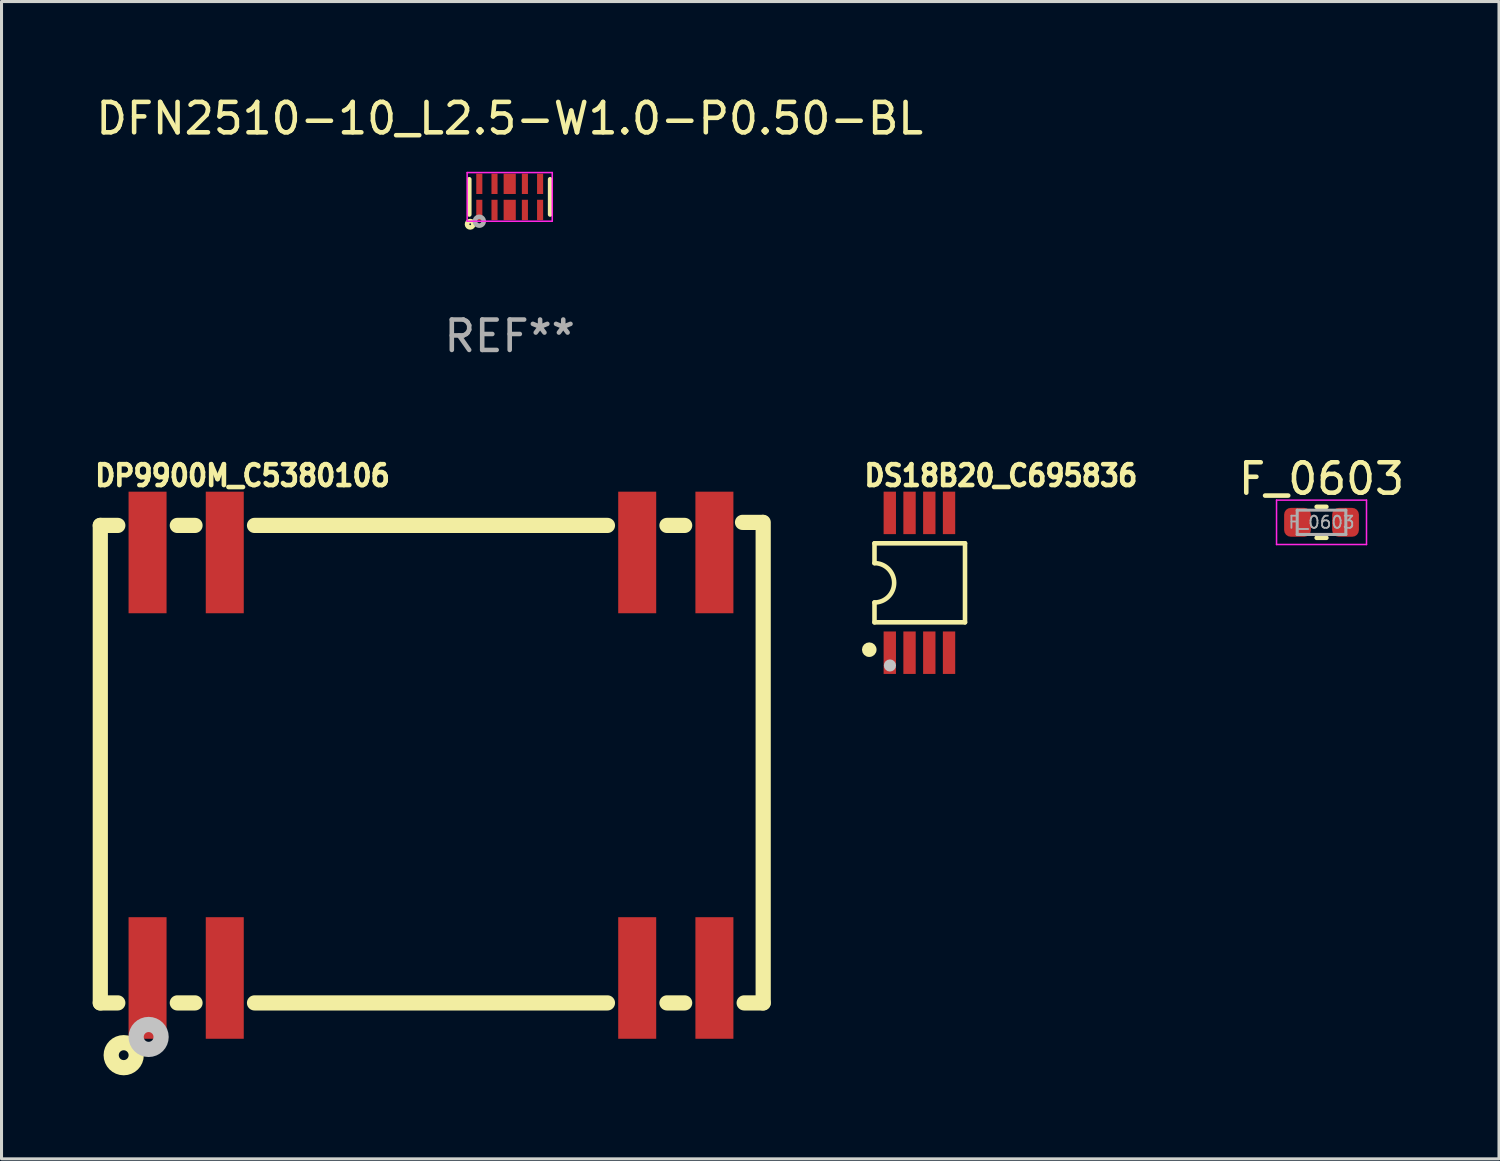
<source format=kicad_pcb>
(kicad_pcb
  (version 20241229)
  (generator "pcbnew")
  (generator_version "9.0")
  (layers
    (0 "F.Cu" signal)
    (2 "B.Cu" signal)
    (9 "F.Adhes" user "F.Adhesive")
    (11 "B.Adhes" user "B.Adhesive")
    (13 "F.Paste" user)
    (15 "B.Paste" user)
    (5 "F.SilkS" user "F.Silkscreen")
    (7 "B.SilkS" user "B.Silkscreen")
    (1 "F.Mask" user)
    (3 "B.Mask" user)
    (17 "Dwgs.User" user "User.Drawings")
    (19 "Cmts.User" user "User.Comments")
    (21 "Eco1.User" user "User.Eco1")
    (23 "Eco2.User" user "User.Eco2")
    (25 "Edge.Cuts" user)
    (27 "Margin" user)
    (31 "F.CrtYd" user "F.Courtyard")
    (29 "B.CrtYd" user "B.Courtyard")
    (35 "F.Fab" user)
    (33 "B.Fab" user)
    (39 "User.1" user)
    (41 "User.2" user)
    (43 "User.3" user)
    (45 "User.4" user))
  (footprint "F_0603"
    (layer "F.Cu")
    (at 40.43 14.135)
    (property "Reference" "F_0603" (at 0 -1.43 0) (layer "F.SilkS") (effects (font (size 1 1) (thickness 0.15))))
    (attr smd)
    (fp_line (start -0.16 -0.51) (end 0.16 -0.51) (stroke (width 0.15) (type solid)) (layer "F.SilkS"))
    (fp_line (start -0.16 0.51) (end 0.16 0.51) (stroke (width 0.15) (type solid)) (layer "F.SilkS"))
    (fp_line (start -1.48 -0.73) (end 1.48 -0.73) (stroke (width 0.05) (type solid)) (layer "F.CrtYd"))
    (fp_line (start -1.48 0.73) (end -1.48 -0.73) (stroke (width 0.05) (type solid)) (layer "F.CrtYd"))
    (fp_line (start 1.48 -0.73) (end 1.48 0.73) (stroke (width 0.05) (type solid)) (layer "F.CrtYd"))
    (fp_line (start 1.48 0.73) (end -1.48 0.73) (stroke (width 0.05) (type solid)) (layer "F.CrtYd"))
    (fp_line (start -0.8 -0.4) (end 0.8 -0.4) (stroke (width 0.1) (type solid)) (layer "F.Fab"))
    (fp_line (start -0.8 0.4) (end -0.8 -0.4) (stroke (width 0.1) (type solid)) (layer "F.Fab"))
    (fp_line (start 0.8 -0.4) (end 0.8 0.4) (stroke (width 0.1) (type solid)) (layer "F.Fab"))
    (fp_line (start 0.8 0.4) (end -0.8 0.4) (stroke (width 0.1) (type solid)) (layer "F.Fab"))
    (fp_text user "${REFERENCE}" (at 0 0 0) (layer "F.Fab") (effects (font (size 0.4 0.4) (thickness 0.06))))
    (pad "1" smd roundrect (at -0.79 0) (size 0.88 0.95) (layers "F.Cu" "F.Mask" "F.Paste") (roundrect_rratio 0.25))
    (pad "2" smd roundrect (at 0.79 0) (size 0.88 0.95) (layers "F.Cu" "F.Mask" "F.Paste") (roundrect_rratio 0.25)))
  (footprint "DP9900M_C5380106"
    (layer "F.Cu")
    (at 11.13 22.127)
    (property "Reference" "DP9900M_C5380106" (at -11.13 -9.127 0) (layer "F.SilkS") (effects (font (size 0.686 0.628) (thickness 0.152)) (justify left bottom)))
    (fp_line (start -10.88 -7.89) (end -10.304 -7.89) (stroke (width 0.5) (type default)) (layer "F.SilkS"))
    (fp_line (start -10.88 7.82) (end -10.88 -7.89) (stroke (width 0.5) (type default)) (layer "F.SilkS"))
    (fp_line (start -10.304 7.82) (end -10.88 7.82) (stroke (width 0.5) (type default)) (layer "F.SilkS"))
    (fp_line (start -8.346 -7.89) (end -7.764 -7.89) (stroke (width 0.5) (type default)) (layer "F.SilkS"))
    (fp_line (start -7.764 7.82) (end -8.346 7.82) (stroke (width 0.5) (type default)) (layer "F.SilkS"))
    (fp_line (start -5.806 -7.89) (end 5.806 -7.89) (stroke (width 0.5) (type default)) (layer "F.SilkS"))
    (fp_line (start 5.806 7.82) (end -5.806 7.82) (stroke (width 0.5) (type default)) (layer "F.SilkS"))
    (fp_line (start 7.764 -7.89) (end 8.346 -7.89) (stroke (width 0.5) (type default)) (layer "F.SilkS"))
    (fp_line (start 8.346 7.82) (end 7.764 7.82) (stroke (width 0.5) (type default)) (layer "F.SilkS"))
    (fp_line (start 10.25 -7.99) (end 10.906 -7.99) (stroke (width 0.5) (type default)) (layer "F.SilkS"))
    (fp_line (start 10.93 -7.99) (end 10.93 7.82) (stroke (width 0.5) (type default)) (layer "F.SilkS"))
    (fp_line (start 10.93 7.82) (end 10.304 7.82) (stroke (width 0.5) (type default)) (layer "F.SilkS"))
    (fp_circle (center -10.11 9.54) (end -9.948 9.54) (stroke (width 0.5) (type default)) (fill no) (layer "F.SilkS"))
    (fp_circle (center -9.29 8.94) (end -9.129 8.94) (stroke (width 0.5) (type default)) (fill no) (layer "Dwgs.User"))
    (fp_poly (pts (xy -9.575 -8.385) (xy -9.075 -8.385) (xy -9.075 -5.615) (xy -9.575 -5.615)) (stroke (width 0.1) (type default)) (fill no) (layer "User.1"))
    (fp_poly (pts (xy -9.575 5.615) (xy -9.075 5.615) (xy -9.075 8.385) (xy -9.575 8.385)) (stroke (width 0.1) (type default)) (fill no) (layer "User.1"))
    (fp_poly (pts (xy -7.035 -8.385) (xy -6.535 -8.385) (xy -6.535 -5.615) (xy -7.035 -5.615)) (stroke (width 0.1) (type default)) (fill no) (layer "User.1"))
    (fp_poly (pts (xy -7.035 5.615) (xy -6.535 5.615) (xy -6.535 8.385) (xy -7.035 8.385)) (stroke (width 0.1) (type default)) (fill no) (layer "User.1"))
    (fp_poly (pts (xy 6.535 -8.385) (xy 7.035 -8.385) (xy 7.035 -5.615) (xy 6.535 -5.615)) (stroke (width 0.1) (type default)) (fill no) (layer "User.1"))
    (fp_poly (pts (xy 6.535 5.615) (xy 7.035 5.615) (xy 7.035 8.385) (xy 6.535 8.385)) (stroke (width 0.1) (type default)) (fill no) (layer "User.1"))
    (fp_poly (pts (xy 9.075 -8.385) (xy 9.575 -8.385) (xy 9.575 -5.615) (xy 9.075 -5.615)) (stroke (width 0.1) (type default)) (fill no) (layer "User.1"))
    (fp_poly (pts (xy 9.075 5.615) (xy 9.575 5.615) (xy 9.575 8.385) (xy 9.075 8.385)) (stroke (width 0.1) (type default)) (fill no) (layer "User.1"))
    (fp_line (start -10.595 -7.5) (end 10.595 -7.5) (stroke (width 0.051) (type default)) (layer "User.2"))
    (fp_line (start -10.595 7.5) (end -10.595 -7.5) (stroke (width 0.051) (type default)) (layer "User.2"))
    (fp_line (start 10.595 -7.5) (end 10.595 7.5) (stroke (width 0.051) (type default)) (layer "User.2"))
    (fp_line (start 10.595 7.5) (end -10.595 7.5) (stroke (width 0.051) (type default)) (layer "User.2"))
    (fp_poly (pts (xy -10.535 8.385) (xy -10.553 8.343) (xy -10.595 8.325) (xy -10.637 8.343) (xy -10.655 8.385) (xy -10.637 8.427) (xy -10.595 8.445) (xy -10.553 8.427)) (stroke (width 0.1) (type default)) (fill no) (layer "User.3"))
    (pad "1" smd rect (at -9.325 7) (size 1.25 4) (layers "F.Cu" "F.Mask" "F.Paste"))
    (pad "2" smd rect (at -6.785 7) (size 1.25 4) (layers "F.Cu" "F.Mask" "F.Paste"))
    (pad "3" smd rect (at 6.785 7) (size 1.25 4) (layers "F.Cu" "F.Mask" "F.Paste"))
    (pad "4" smd rect (at 9.325 7) (size 1.25 4) (layers "F.Cu" "F.Mask" "F.Paste"))
    (pad "5" smd rect (at 9.325 -7) (size 1.25 4) (layers "F.Cu" "F.Mask" "F.Paste"))
    (pad "6" smd rect (at 6.785 -7) (size 1.25 4) (layers "F.Cu" "F.Mask" "F.Paste"))
    (pad "7" smd rect (at -6.785 -7) (size 1.25 4) (layers "F.Cu" "F.Mask" "F.Paste"))
    (pad "8" smd rect (at -9.325 -7) (size 1.25 4) (layers "F.Cu" "F.Mask" "F.Paste")))
  (footprint "DS18B20_C695836"
    (layer "F.Cu")
    (at 27.2 16.125)
    (property "Reference" "DS18B20_C695836" (at -1.89 -3.126 0) (layer "F.SilkS") (effects (font (size 0.686 0.628) (thickness 0.152)) (justify left bottom)))
    (fp_line (start -1.478 -1.3) (end -1.478 -0.647) (stroke (width 0.15) (type default)) (layer "F.SilkS"))
    (fp_line (start -1.478 0.647) (end -1.478 1.3) (stroke (width 0.15) (type default)) (layer "F.SilkS"))
    (fp_line (start -1.478 1.3) (end 1.5 1.3) (stroke (width 0.15) (type default)) (layer "F.SilkS"))
    (fp_line (start 1.5 -1.3) (end -1.478 -1.3) (stroke (width 0.15) (type default)) (layer "F.SilkS"))
    (fp_line (start 1.5 1.3) (end 1.5 -1.3) (stroke (width 0.15) (type default)) (layer "F.SilkS"))
    (fp_arc (start -1.4785 -0.6475) (mid -0.831 0) (end -1.4785 0.6475) (stroke (width 0.15) (type default)) (layer "F.SilkS"))
    (fp_circle (center -1.65 2.2) (end -1.53 2.2) (stroke (width 0.24) (type default)) (fill no) (layer "F.SilkS"))
    (fp_circle (center -0.97 2.72) (end -0.87 2.72) (stroke (width 0.2) (type default)) (fill no) (layer "Dwgs.User"))
    (fp_poly (pts (xy -1.137 1.804) (xy -0.812 1.804) (xy -0.812 2.45) (xy -1.137 2.45)) (stroke (width 0.1) (type default)) (fill no) (layer "User.1"))
    (fp_poly (pts (xy -1.137 1.49) (xy -1.137 1.84) (xy -0.813 1.84) (xy -0.813 1.49)) (stroke (width 0.1) (type default)) (fill no) (layer "User.1"))
    (fp_poly (pts (xy -0.813 -1.49) (xy -0.813 -1.84) (xy -1.137 -1.84) (xy -1.137 -1.49)) (stroke (width 0.1) (type default)) (fill no) (layer "User.1"))
    (fp_poly (pts (xy -0.812 -1.804) (xy -1.137 -1.804) (xy -1.137 -2.45) (xy -0.812 -2.45)) (stroke (width 0.1) (type default)) (fill no) (layer "User.1"))
    (fp_poly (pts (xy -0.487 1.804) (xy -0.163 1.804) (xy -0.163 2.45) (xy -0.487 2.45)) (stroke (width 0.1) (type default)) (fill no) (layer "User.1"))
    (fp_poly (pts (xy -0.487 1.49) (xy -0.487 1.84) (xy -0.163 1.84) (xy -0.163 1.49)) (stroke (width 0.1) (type default)) (fill no) (layer "User.1"))
    (fp_poly (pts (xy -0.163 -1.49) (xy -0.163 -1.84) (xy -0.487 -1.84) (xy -0.487 -1.49)) (stroke (width 0.1) (type default)) (fill no) (layer "User.1"))
    (fp_poly (pts (xy -0.163 -1.804) (xy -0.487 -1.804) (xy -0.487 -2.45) (xy -0.163 -2.45)) (stroke (width 0.1) (type default)) (fill no) (layer "User.1"))
    (fp_poly (pts (xy 0.163 1.804) (xy 0.487 1.804) (xy 0.487 2.45) (xy 0.163 2.45)) (stroke (width 0.1) (type default)) (fill no) (layer "User.1"))
    (fp_poly (pts (xy 0.163 1.49) (xy 0.163 1.84) (xy 0.487 1.84) (xy 0.487 1.49)) (stroke (width 0.1) (type default)) (fill no) (layer "User.1"))
    (fp_poly (pts (xy 0.487 -1.49) (xy 0.487 -1.84) (xy 0.163 -1.84) (xy 0.163 -1.49)) (stroke (width 0.1) (type default)) (fill no) (layer "User.1"))
    (fp_poly (pts (xy 0.487 -1.804) (xy 0.163 -1.804) (xy 0.163 -2.45) (xy 0.487 -2.45)) (stroke (width 0.1) (type default)) (fill no) (layer "User.1"))
    (fp_poly (pts (xy 0.812 1.804) (xy 1.137 1.804) (xy 1.137 2.45) (xy 0.812 2.45)) (stroke (width 0.1) (type default)) (fill no) (layer "User.1"))
    (fp_poly (pts (xy 0.813 1.49) (xy 0.813 1.84) (xy 1.137 1.84) (xy 1.137 1.49)) (stroke (width 0.1) (type default)) (fill no) (layer "User.1"))
    (fp_poly (pts (xy 1.137 -1.49) (xy 1.137 -1.84) (xy 0.813 -1.84) (xy 0.813 -1.49)) (stroke (width 0.1) (type default)) (fill no) (layer "User.1"))
    (fp_poly (pts (xy 1.137 -1.804) (xy 0.812 -1.804) (xy 0.812 -2.45) (xy 1.137 -2.45)) (stroke (width 0.1) (type default)) (fill no) (layer "User.1"))
    (fp_line (start -1.5 -1.5) (end 1.5 -1.5) (stroke (width 0.051) (type default)) (layer "User.2"))
    (fp_line (start -1.5 1.5) (end -1.5 -1.5) (stroke (width 0.051) (type default)) (layer "User.2"))
    (fp_line (start 1.5 -1.5) (end 1.5 1.5) (stroke (width 0.051) (type default)) (layer "User.2"))
    (fp_line (start 1.5 1.5) (end -1.5 1.5) (stroke (width 0.051) (type default)) (layer "User.2"))
    (fp_poly (pts (xy -1.4 2.45) (xy -1.419 2.391) (xy -1.469 2.355) (xy -1.531 2.355) (xy -1.581 2.391) (xy -1.6 2.45) (xy -1.581 2.509) (xy -1.531 2.545) (xy -1.469 2.545) (xy -1.419 2.509)) (stroke (width 0.1) (type default)) (fill no) (layer "User.3"))
    (pad "1" smd rect (at -0.975 2.3) (size 0.406 1.397) (layers "F.Cu" "F.Mask" "F.Paste"))
    (pad "2" smd rect (at -0.325 2.3) (size 0.406 1.397) (layers "F.Cu" "F.Mask" "F.Paste"))
    (pad "3" smd rect (at 0.325 2.3) (size 0.406 1.397) (layers "F.Cu" "F.Mask" "F.Paste"))
    (pad "4" smd rect (at 0.975 2.3) (size 0.406 1.397) (layers "F.Cu" "F.Mask" "F.Paste"))
    (pad "5" smd rect (at 0.975 -2.3) (size 0.406 1.397) (layers "F.Cu" "F.Mask" "F.Paste"))
    (pad "6" smd rect (at 0.325 -2.3) (size 0.406 1.397) (layers "F.Cu" "F.Mask" "F.Paste"))
    (pad "7" smd rect (at -0.325 -2.3) (size 0.406 1.397) (layers "F.Cu" "F.Mask" "F.Paste"))
    (pad "8" smd rect (at -0.975 -2.3) (size 0.406 1.397) (layers "F.Cu" "F.Mask" "F.Paste")))
  (footprint "DFN2510-10_L2.5-W1.0-P0.50-BL"
    (layer "F.Cu")
    (at 13.72 3.428)
    (property "Reference" "DFN2510-10_L2.5-W1.0-P0.50-BL" (at 0 -2.58 0) (layer "F.SilkS") (effects (font (size 1 1) (thickness 0.15))))
    (attr smd)
    (fp_line (start -1.33 0.58) (end -1.33 -0.58) (stroke (width 0.15) (type solid)) (layer "F.SilkS"))
    (fp_line (start 1.33 0.58) (end 1.33 -0.58) (stroke (width 0.15) (type solid)) (layer "F.SilkS"))
    (fp_circle (center -1.3 0.9) (end -1.27 0.9) (stroke (width 0.15) (type solid)) (fill no) (layer "F.SilkS"))
    (fp_line (start -1.4 -0.8) (end 1.4 -0.8) (stroke (width 0.05) (type default)) (layer "F.CrtYd"))
    (fp_line (start -1.4 0.8) (end -1.4 -0.8) (stroke (width 0.05) (type default)) (layer "F.CrtYd"))
    (fp_line (start 1.4 -0.8) (end 1.4 0.8) (stroke (width 0.05) (type default)) (layer "F.CrtYd"))
    (fp_line (start 1.4 0.8) (end -1.4 0.8) (stroke (width 0.05) (type default)) (layer "F.CrtYd"))
    (fp_circle (center -1 0.8) (end -0.93 0.8) (stroke (width 0.15) (type solid)) (fill no) (layer "F.Fab"))
    (fp_text user "REF**" (at 0 4.58 0) (layer "F.Fab") (effects (font (size 1 1) (thickness 0.15))))
    (pad "1" smd rect (at -1 0.43) (size 0.2 0.67) (layers "F.Cu" "F.Mask" "F.Paste"))
    (pad "2" smd rect (at -0.5 0.43) (size 0.2 0.67) (layers "F.Cu" "F.Mask" "F.Paste"))
    (pad "3" smd rect (at 0 0.43) (size 0.4 0.67) (layers "F.Cu" "F.Mask" "F.Paste"))
    (pad "4" smd rect (at 0.5 0.43) (size 0.2 0.67) (layers "F.Cu" "F.Mask" "F.Paste"))
    (pad "5" smd rect (at 1 0.43) (size 0.2 0.67) (layers "F.Cu" "F.Mask" "F.Paste"))
    (pad "6" smd rect (at 1 -0.43) (size 0.2 0.67) (layers "F.Cu" "F.Mask" "F.Paste"))
    (pad "7" smd rect (at 0.5 -0.43) (size 0.2 0.67) (layers "F.Cu" "F.Mask" "F.Paste"))
    (pad "8" smd rect (at 0 -0.43) (size 0.4 0.67) (layers "F.Cu" "F.Mask" "F.Paste"))
    (pad "9" smd rect (at -0.5 -0.43) (size 0.2 0.67) (layers "F.Cu" "F.Mask" "F.Paste"))
    (pad "10" smd rect (at -1 -0.43) (size 0.2 0.67) (layers "F.Cu" "F.Mask" "F.Paste")))
  (gr_rect
    (start -3 -3)
    (end 46.269 35.078)
    (stroke (width 0.1) (type default))
    (fill no)
    (layer "Edge.Cuts")))
</source>
